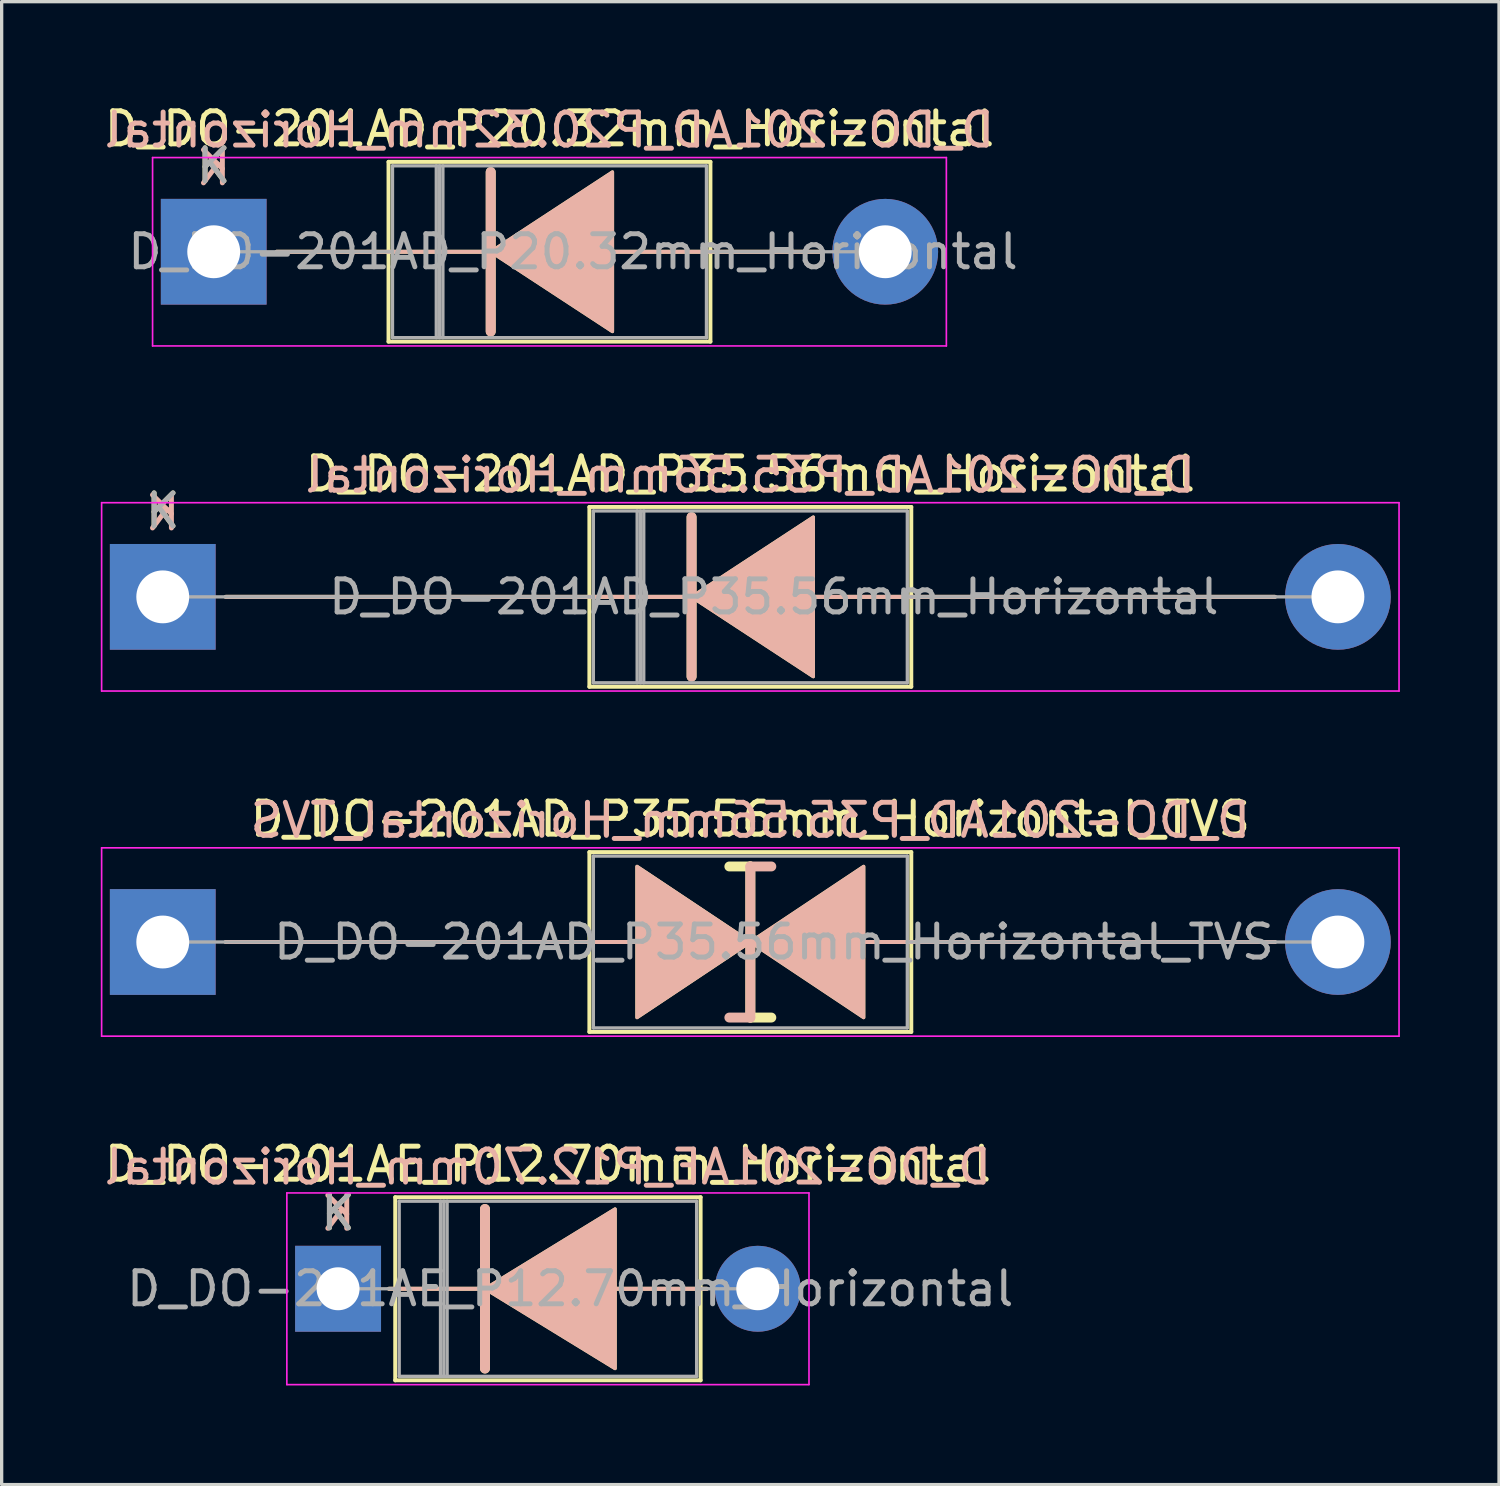
<source format=kicad_pcb>
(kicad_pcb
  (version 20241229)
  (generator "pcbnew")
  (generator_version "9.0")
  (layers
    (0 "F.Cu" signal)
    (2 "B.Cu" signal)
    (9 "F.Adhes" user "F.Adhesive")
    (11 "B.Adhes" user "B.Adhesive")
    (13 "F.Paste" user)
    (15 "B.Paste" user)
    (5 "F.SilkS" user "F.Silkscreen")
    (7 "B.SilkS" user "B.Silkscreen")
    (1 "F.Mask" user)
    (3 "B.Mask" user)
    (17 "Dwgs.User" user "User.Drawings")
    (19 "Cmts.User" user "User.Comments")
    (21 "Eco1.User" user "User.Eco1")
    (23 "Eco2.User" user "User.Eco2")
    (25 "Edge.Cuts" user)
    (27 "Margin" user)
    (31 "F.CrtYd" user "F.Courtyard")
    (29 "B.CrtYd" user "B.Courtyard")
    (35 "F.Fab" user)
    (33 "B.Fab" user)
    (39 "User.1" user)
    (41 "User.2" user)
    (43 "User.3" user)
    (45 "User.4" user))
  (footprint "D_DO-201AD_P20.32mm_Horizontal"
    (layer "F.Cu")
    (at 3.417 4.568)
    (property "Reference" "D_DO-201AD_P20.32mm_Horizontal" (at 10.16 -3.72 0) (layer "F.SilkS") (effects (font (size 1 1) (thickness 0.15))))
    (fp_line (start 1.905 0) (end 5.29 0) (stroke (width 0.12) (type solid)) (layer "F.SilkS"))
    (fp_line (start 5.29 -2.72) (end 5.29 2.72) (stroke (width 0.12) (type solid)) (layer "F.SilkS"))
    (fp_line (start 5.29 2.72) (end 15.03 2.72) (stroke (width 0.12) (type solid)) (layer "F.SilkS"))
    (fp_line (start 8.255 0) (end 5.29 0) (stroke (width 0.12) (type solid)) (layer "F.SilkS"))
    (fp_line (start 8.382 -2.413) (end 8.382 2.413) (stroke (width 0.3) (type solid)) (layer "F.SilkS"))
    (fp_line (start 12.065 0) (end 15.03 0) (stroke (width 0.12) (type solid)) (layer "F.SilkS"))
    (fp_line (start 15.03 -2.72) (end 5.29 -2.72) (stroke (width 0.12) (type solid)) (layer "F.SilkS"))
    (fp_line (start 15.03 2.72) (end 15.03 -2.72) (stroke (width 0.12) (type solid)) (layer "F.SilkS"))
    (fp_line (start 18.415 0) (end 15.03 0) (stroke (width 0.12) (type solid)) (layer "F.SilkS"))
    (fp_poly (pts (xy 12.065 2.413) (xy 8.382 0) (xy 12.065 -2.413)) (stroke (width 0.1) (type solid)) (fill yes) (layer "F.SilkS"))
    (fp_line (start 1.905 0) (end 5.29 0) (stroke (width 0.12) (type solid)) (layer "B.SilkS"))
    (fp_line (start 8.255 0) (end 5.29 0) (stroke (width 0.12) (type solid)) (layer "B.SilkS"))
    (fp_line (start 8.382 2.413) (end 8.382 -2.413) (stroke (width 0.3) (type solid)) (layer "B.SilkS"))
    (fp_line (start 12.065 0) (end 15.03 0) (stroke (width 0.12) (type solid)) (layer "B.SilkS"))
    (fp_line (start 18.415 0) (end 15.03 0) (stroke (width 0.12) (type solid)) (layer "B.SilkS"))
    (fp_poly (pts (xy 12.065 -2.413) (xy 8.382 0) (xy 12.065 2.413)) (stroke (width 0.1) (type solid)) (fill yes) (layer "B.SilkS"))
    (fp_line (start -1.85 -2.85) (end -1.85 2.85) (stroke (width 0.05) (type solid)) (layer "F.CrtYd"))
    (fp_line (start -1.85 2.85) (end 22.17 2.85) (stroke (width 0.05) (type solid)) (layer "F.CrtYd"))
    (fp_line (start 22.17 -2.85) (end -1.85 -2.85) (stroke (width 0.05) (type solid)) (layer "F.CrtYd"))
    (fp_line (start 22.17 2.85) (end 22.17 -2.85) (stroke (width 0.05) (type solid)) (layer "F.CrtYd"))
    (fp_line (start 0 0) (end 5.41 0) (stroke (width 0.1) (type solid)) (layer "F.Fab"))
    (fp_line (start 5.41 -2.6) (end 5.41 2.6) (stroke (width 0.1) (type solid)) (layer "F.Fab"))
    (fp_line (start 5.41 2.6) (end 14.91 2.6) (stroke (width 0.1) (type solid)) (layer "F.Fab"))
    (fp_line (start 6.735 -2.6) (end 6.735 2.6) (stroke (width 0.1) (type solid)) (layer "F.Fab"))
    (fp_line (start 6.835 -2.6) (end 6.835 2.6) (stroke (width 0.1) (type solid)) (layer "F.Fab"))
    (fp_line (start 6.935 -2.6) (end 6.935 2.6) (stroke (width 0.1) (type solid)) (layer "F.Fab"))
    (fp_line (start 14.91 -2.6) (end 5.41 -2.6) (stroke (width 0.1) (type solid)) (layer "F.Fab"))
    (fp_line (start 14.91 2.6) (end 14.91 -2.6) (stroke (width 0.1) (type solid)) (layer "F.Fab"))
    (fp_line (start 20.32 0) (end 14.91 0) (stroke (width 0.1) (type solid)) (layer "F.Fab"))
    (fp_text user "K" (at 0 -2.6 0) (layer "F.SilkS") (effects (font (size 1 1) (thickness 0.15))))
    (fp_text user "${REFERENCE}" (at 10.16 -3.683 0) (layer "B.SilkS") (effects (font (size 1 1) (thickness 0.15)) (justify mirror)))
    (fp_text user "K" (at 0 -2.54 0) (layer "B.SilkS") (effects (font (size 1 1) (thickness 0.15)) (justify mirror)))
    (fp_text user "K" (at 0 -2.6 0) (layer "F.Fab") (effects (font (size 1 1) (thickness 0.15))))
    (fp_text user "${REFERENCE}" (at 10.873 0 0) (layer "F.Fab") (effects (font (size 1 1) (thickness 0.15))))
    (pad "1" thru_hole rect (at 0 0) (size 3.2 3.2) (drill 1.6) (layers "*.Cu" "*.Mask"))
    (pad "2" thru_hole oval (at 20.32 0) (size 3.2 3.2) (drill 1.6) (layers "*.Cu" "*.Mask")))
  (footprint "D_DO-201AD_P35.56mm_Horizontal_TVS"
    (layer "F.Cu")
    (at 1.875 25.455)
    (property "Reference" "D_DO-201AD_P35.56mm_Horizontal_TVS" (at 17.78 -3.72 0) (layer "F.SilkS") (effects (font (size 1 1) (thickness 0.15))))
    (fp_line (start 1.905 0) (end 12.91 0) (stroke (width 0.12) (type solid)) (layer "F.SilkS"))
    (fp_line (start 12.91 -2.72) (end 12.91 2.72) (stroke (width 0.12) (type solid)) (layer "F.SilkS"))
    (fp_line (start 12.91 0) (end 14.351 0) (stroke (width 0.12) (type solid)) (layer "F.SilkS"))
    (fp_line (start 12.91 2.72) (end 22.65 2.72) (stroke (width 0.12) (type solid)) (layer "F.SilkS"))
    (fp_line (start 17.78 -2.286) (end 17.145 -2.286) (stroke (width 0.3) (type solid)) (layer "F.SilkS"))
    (fp_line (start 17.78 2.286) (end 17.78 -2.286) (stroke (width 0.3) (type solid)) (layer "F.SilkS"))
    (fp_line (start 18.415 2.286) (end 17.78 2.286) (stroke (width 0.3) (type solid)) (layer "F.SilkS"))
    (fp_line (start 21.209 0) (end 22.65 0) (stroke (width 0.12) (type solid)) (layer "F.SilkS"))
    (fp_line (start 22.65 -2.72) (end 12.91 -2.72) (stroke (width 0.12) (type solid)) (layer "F.SilkS"))
    (fp_line (start 22.65 2.72) (end 22.65 -2.72) (stroke (width 0.12) (type solid)) (layer "F.SilkS"))
    (fp_line (start 33.655 0) (end 22.65 0) (stroke (width 0.12) (type solid)) (layer "F.SilkS"))
    (fp_poly (pts (xy 17.78 0) (xy 14.351 2.286) (xy 14.351 -2.286)) (stroke (width 0.1) (type solid)) (fill yes) (layer "F.SilkS"))
    (fp_poly (pts (xy 17.78 0) (xy 21.209 -2.286) (xy 21.209 2.286)) (stroke (width 0.1) (type solid)) (fill yes) (layer "F.SilkS"))
    (fp_line (start 1.905 0) (end 12.91 0) (stroke (width 0.12) (type solid)) (layer "B.SilkS"))
    (fp_line (start 12.91 0) (end 14.351 0) (stroke (width 0.12) (type solid)) (layer "B.SilkS"))
    (fp_line (start 17.78 -2.286) (end 17.78 2.286) (stroke (width 0.3) (type solid)) (layer "B.SilkS"))
    (fp_line (start 17.78 2.286) (end 17.145 2.286) (stroke (width 0.3) (type solid)) (layer "B.SilkS"))
    (fp_line (start 18.415 -2.286) (end 17.78 -2.286) (stroke (width 0.3) (type solid)) (layer "B.SilkS"))
    (fp_line (start 21.209 0) (end 22.65 0) (stroke (width 0.12) (type solid)) (layer "B.SilkS"))
    (fp_line (start 33.655 0) (end 22.65 0) (stroke (width 0.12) (type solid)) (layer "B.SilkS"))
    (fp_poly (pts (xy 17.78 0) (xy 14.351 -2.286) (xy 14.351 2.286)) (stroke (width 0.1) (type solid)) (fill yes) (layer "B.SilkS"))
    (fp_poly (pts (xy 17.78 0) (xy 21.209 2.286) (xy 21.209 -2.286)) (stroke (width 0.1) (type solid)) (fill yes) (layer "B.SilkS"))
    (fp_line (start -1.85 -2.85) (end -1.85 2.85) (stroke (width 0.05) (type solid)) (layer "F.CrtYd"))
    (fp_line (start -1.85 2.85) (end 37.41 2.85) (stroke (width 0.05) (type solid)) (layer "F.CrtYd"))
    (fp_line (start 37.41 -2.85) (end -1.85 -2.85) (stroke (width 0.05) (type solid)) (layer "F.CrtYd"))
    (fp_line (start 37.41 2.85) (end 37.41 -2.85) (stroke (width 0.05) (type solid)) (layer "F.CrtYd"))
    (fp_line (start 0 0) (end 13.03 0) (stroke (width 0.1) (type solid)) (layer "F.Fab"))
    (fp_line (start 13.03 -2.6) (end 13.03 2.6) (stroke (width 0.1) (type solid)) (layer "F.Fab"))
    (fp_line (start 13.03 2.6) (end 22.53 2.6) (stroke (width 0.1) (type solid)) (layer "F.Fab"))
    (fp_line (start 22.53 -2.6) (end 13.03 -2.6) (stroke (width 0.1) (type solid)) (layer "F.Fab"))
    (fp_line (start 22.53 2.6) (end 22.53 -2.6) (stroke (width 0.1) (type solid)) (layer "F.Fab"))
    (fp_line (start 35.56 0) (end 22.53 0) (stroke (width 0.1) (type solid)) (layer "F.Fab"))
    (fp_text user "${REFERENCE}" (at 17.78 -3.683 0) (layer "B.SilkS") (effects (font (size 1 1) (thickness 0.15)) (justify mirror)))
    (fp_text user "${REFERENCE}" (at 18.492 0 0) (layer "F.Fab") (effects (font (size 1 1) (thickness 0.15))))
    (pad "1" thru_hole rect (at 0 0) (size 3.2 3.2) (drill 1.6) (layers "*.Cu" "*.Mask"))
    (pad "2" thru_hole oval (at 35.56 0) (size 3.2 3.2) (drill 1.6) (layers "*.Cu" "*.Mask")))
  (footprint "D_DO-201AE_P12.70mm_Horizontal"
    (layer "F.Cu")
    (at 7.18 35.948)
    (property "Reference" "D_DO-201AE_P12.70mm_Horizontal" (at 6.35 -3.77 0) (layer "F.SilkS") (effects (font (size 1 1) (thickness 0.15))))
    (fp_line (start 1.54 0) (end 1.73 0) (stroke (width 0.12) (type solid)) (layer "F.SilkS"))
    (fp_line (start 1.73 -2.77) (end 1.73 2.77) (stroke (width 0.12) (type solid)) (layer "F.SilkS"))
    (fp_line (start 1.73 2.77) (end 10.97 2.77) (stroke (width 0.12) (type solid)) (layer "F.SilkS"))
    (fp_line (start 4.445 -2.413) (end 4.445 2.413) (stroke (width 0.3) (type solid)) (layer "F.SilkS"))
    (fp_line (start 4.699 0) (end 1.73 0) (stroke (width 0.12) (type solid)) (layer "F.SilkS"))
    (fp_line (start 8.255 0) (end 10.97 0) (stroke (width 0.12) (type solid)) (layer "F.SilkS"))
    (fp_line (start 10.97 -2.77) (end 1.73 -2.77) (stroke (width 0.12) (type solid)) (layer "F.SilkS"))
    (fp_line (start 10.97 2.77) (end 10.97 -2.77) (stroke (width 0.12) (type solid)) (layer "F.SilkS"))
    (fp_line (start 11.16 0) (end 10.97 0) (stroke (width 0.12) (type solid)) (layer "F.SilkS"))
    (fp_poly (pts (xy 8.382 2.413) (xy 4.445 0) (xy 8.382 -2.413)) (stroke (width 0.1) (type solid)) (fill yes) (layer "F.SilkS"))
    (fp_line (start 1.54 0) (end 1.73 0) (stroke (width 0.12) (type solid)) (layer "B.SilkS"))
    (fp_line (start 4.445 2.413) (end 4.445 -2.413) (stroke (width 0.3) (type solid)) (layer "B.SilkS"))
    (fp_line (start 4.699 0) (end 1.73 0) (stroke (width 0.12) (type solid)) (layer "B.SilkS"))
    (fp_line (start 8.255 0) (end 10.97 0) (stroke (width 0.12) (type solid)) (layer "B.SilkS"))
    (fp_line (start 11.16 0) (end 10.97 0) (stroke (width 0.12) (type solid)) (layer "B.SilkS"))
    (fp_poly (pts (xy 8.382 -2.413) (xy 4.445 0) (xy 8.382 2.413)) (stroke (width 0.1) (type solid)) (fill yes) (layer "B.SilkS"))
    (fp_line (start -1.55 -2.9) (end -1.55 2.9) (stroke (width 0.05) (type solid)) (layer "F.CrtYd"))
    (fp_line (start -1.55 2.9) (end 14.25 2.9) (stroke (width 0.05) (type solid)) (layer "F.CrtYd"))
    (fp_line (start 14.25 -2.9) (end -1.55 -2.9) (stroke (width 0.05) (type solid)) (layer "F.CrtYd"))
    (fp_line (start 14.25 2.9) (end 14.25 -2.9) (stroke (width 0.05) (type solid)) (layer "F.CrtYd"))
    (fp_line (start 0 0) (end 1.85 0) (stroke (width 0.1) (type solid)) (layer "F.Fab"))
    (fp_line (start 1.85 -2.65) (end 1.85 2.65) (stroke (width 0.1) (type solid)) (layer "F.Fab"))
    (fp_line (start 1.85 2.65) (end 10.85 2.65) (stroke (width 0.1) (type solid)) (layer "F.Fab"))
    (fp_line (start 3.1 -2.65) (end 3.1 2.65) (stroke (width 0.1) (type solid)) (layer "F.Fab"))
    (fp_line (start 3.2 -2.65) (end 3.2 2.65) (stroke (width 0.1) (type solid)) (layer "F.Fab"))
    (fp_line (start 3.3 -2.65) (end 3.3 2.65) (stroke (width 0.1) (type solid)) (layer "F.Fab"))
    (fp_line (start 10.85 -2.65) (end 1.85 -2.65) (stroke (width 0.1) (type solid)) (layer "F.Fab"))
    (fp_line (start 10.85 2.65) (end 10.85 -2.65) (stroke (width 0.1) (type solid)) (layer "F.Fab"))
    (fp_line (start 12.7 0) (end 10.85 0) (stroke (width 0.1) (type solid)) (layer "F.Fab"))
    (fp_text user "K" (at 0 -2.3 0) (layer "F.SilkS") (effects (font (size 1 1) (thickness 0.15))))
    (fp_text user "${REFERENCE}" (at 6.35 -3.683 0) (layer "B.SilkS") (effects (font (size 1 1) (thickness 0.15)) (justify mirror)))
    (fp_text user "K" (at 0 -2.286 0) (layer "B.SilkS") (effects (font (size 1 1) (thickness 0.15)) (justify mirror)))
    (fp_text user "K" (at 0 -2.3 0) (layer "F.Fab") (effects (font (size 1 1) (thickness 0.15))))
    (fp_text user "${REFERENCE}" (at 7.025 0 0) (layer "F.Fab") (effects (font (size 1 1) (thickness 0.15))))
    (pad "1" thru_hole rect (at 0 0) (size 2.6 2.6) (drill 1.3) (layers "*.Cu" "*.Mask"))
    (pad "2" thru_hole oval (at 12.7 0) (size 2.6 2.6) (drill 1.3) (layers "*.Cu" "*.Mask")))
  (footprint "D_DO-201AD_P35.56mm_Horizontal"
    (layer "F.Cu")
    (at 1.875 15.011)
    (property "Reference" "D_DO-201AD_P35.56mm_Horizontal" (at 17.78 -3.72 0) (layer "F.SilkS") (effects (font (size 1 1) (thickness 0.15))))
    (fp_line (start 1.905 0) (end 12.91 0) (stroke (width 0.12) (type solid)) (layer "F.SilkS"))
    (fp_line (start 12.91 -2.72) (end 12.91 2.72) (stroke (width 0.12) (type solid)) (layer "F.SilkS"))
    (fp_line (start 12.91 2.72) (end 22.65 2.72) (stroke (width 0.12) (type solid)) (layer "F.SilkS"))
    (fp_line (start 15.875 0) (end 12.91 0) (stroke (width 0.12) (type solid)) (layer "F.SilkS"))
    (fp_line (start 16.002 -2.413) (end 16.002 2.413) (stroke (width 0.3) (type solid)) (layer "F.SilkS"))
    (fp_line (start 19.685 0) (end 22.65 0) (stroke (width 0.12) (type solid)) (layer "F.SilkS"))
    (fp_line (start 22.65 -2.72) (end 12.91 -2.72) (stroke (width 0.12) (type solid)) (layer "F.SilkS"))
    (fp_line (start 22.65 2.72) (end 22.65 -2.72) (stroke (width 0.12) (type solid)) (layer "F.SilkS"))
    (fp_line (start 33.655 0) (end 22.65 0) (stroke (width 0.12) (type solid)) (layer "F.SilkS"))
    (fp_poly (pts (xy 19.685 2.413) (xy 16.002 0) (xy 19.685 -2.413)) (stroke (width 0.1) (type solid)) (fill yes) (layer "F.SilkS"))
    (fp_line (start 1.905 0) (end 12.91 0) (stroke (width 0.12) (type solid)) (layer "B.SilkS"))
    (fp_line (start 15.875 0) (end 12.91 0) (stroke (width 0.12) (type solid)) (layer "B.SilkS"))
    (fp_line (start 16.002 2.413) (end 16.002 -2.413) (stroke (width 0.3) (type solid)) (layer "B.SilkS"))
    (fp_line (start 19.685 0) (end 22.65 0) (stroke (width 0.12) (type solid)) (layer "B.SilkS"))
    (fp_line (start 33.655 0) (end 22.65 0) (stroke (width 0.12) (type solid)) (layer "B.SilkS"))
    (fp_poly (pts (xy 19.685 -2.413) (xy 16.002 0) (xy 19.685 2.413)) (stroke (width 0.1) (type solid)) (fill yes) (layer "B.SilkS"))
    (fp_line (start -1.85 -2.85) (end -1.85 2.85) (stroke (width 0.05) (type solid)) (layer "F.CrtYd"))
    (fp_line (start -1.85 2.85) (end 37.41 2.85) (stroke (width 0.05) (type solid)) (layer "F.CrtYd"))
    (fp_line (start 37.41 -2.85) (end -1.85 -2.85) (stroke (width 0.05) (type solid)) (layer "F.CrtYd"))
    (fp_line (start 37.41 2.85) (end 37.41 -2.85) (stroke (width 0.05) (type solid)) (layer "F.CrtYd"))
    (fp_line (start 0 0) (end 13.03 0) (stroke (width 0.1) (type solid)) (layer "F.Fab"))
    (fp_line (start 13.03 -2.6) (end 13.03 2.6) (stroke (width 0.1) (type solid)) (layer "F.Fab"))
    (fp_line (start 13.03 2.6) (end 22.53 2.6) (stroke (width 0.1) (type solid)) (layer "F.Fab"))
    (fp_line (start 14.355 -2.6) (end 14.355 2.6) (stroke (width 0.1) (type solid)) (layer "F.Fab"))
    (fp_line (start 14.455 -2.6) (end 14.455 2.6) (stroke (width 0.1) (type solid)) (layer "F.Fab"))
    (fp_line (start 14.555 -2.6) (end 14.555 2.6) (stroke (width 0.1) (type solid)) (layer "F.Fab"))
    (fp_line (start 22.53 -2.6) (end 13.03 -2.6) (stroke (width 0.1) (type solid)) (layer "F.Fab"))
    (fp_line (start 22.53 2.6) (end 22.53 -2.6) (stroke (width 0.1) (type solid)) (layer "F.Fab"))
    (fp_line (start 35.56 0) (end 22.53 0) (stroke (width 0.1) (type solid)) (layer "F.Fab"))
    (fp_text user "K" (at 0 -2.6 0) (layer "F.SilkS") (effects (font (size 1 1) (thickness 0.15))))
    (fp_text user "${REFERENCE}" (at 17.78 -3.683 0) (layer "B.SilkS") (effects (font (size 1 1) (thickness 0.15)) (justify mirror)))
    (fp_text user "K" (at 0 -2.54 0) (layer "B.SilkS") (effects (font (size 1 1) (thickness 0.15)) (justify mirror)))
    (fp_text user "K" (at 0 -2.6 0) (layer "F.Fab") (effects (font (size 1 1) (thickness 0.15))))
    (fp_text user "${REFERENCE}" (at 18.492 0 0) (layer "F.Fab") (effects (font (size 1 1) (thickness 0.15))))
    (pad "1" thru_hole rect (at 0 0) (size 3.2 3.2) (drill 1.6) (layers "*.Cu" "*.Mask"))
    (pad "2" thru_hole oval (at 35.56 0) (size 3.2 3.2) (drill 1.6) (layers "*.Cu" "*.Mask")))
  (gr_rect
    (start -3 -3)
    (end 42.31 41.873)
    (stroke (width 0.1) (type default))
    (fill no)
    (layer "Edge.Cuts")))
</source>
